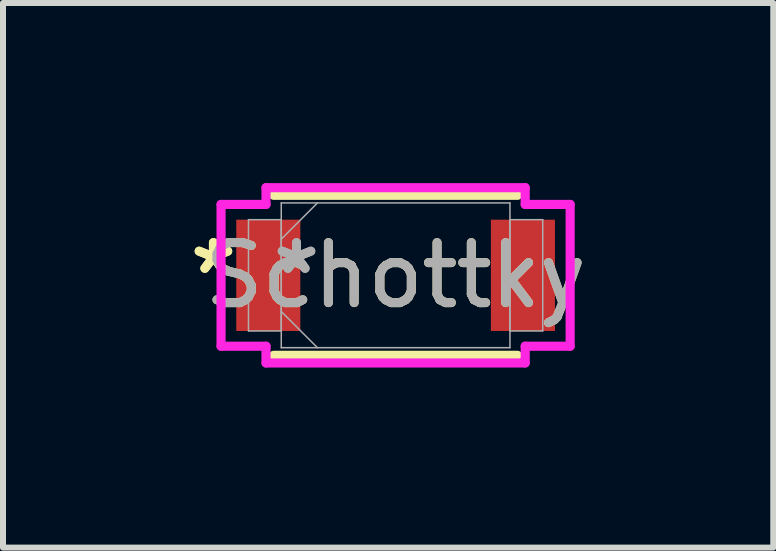
<source format=kicad_pcb>
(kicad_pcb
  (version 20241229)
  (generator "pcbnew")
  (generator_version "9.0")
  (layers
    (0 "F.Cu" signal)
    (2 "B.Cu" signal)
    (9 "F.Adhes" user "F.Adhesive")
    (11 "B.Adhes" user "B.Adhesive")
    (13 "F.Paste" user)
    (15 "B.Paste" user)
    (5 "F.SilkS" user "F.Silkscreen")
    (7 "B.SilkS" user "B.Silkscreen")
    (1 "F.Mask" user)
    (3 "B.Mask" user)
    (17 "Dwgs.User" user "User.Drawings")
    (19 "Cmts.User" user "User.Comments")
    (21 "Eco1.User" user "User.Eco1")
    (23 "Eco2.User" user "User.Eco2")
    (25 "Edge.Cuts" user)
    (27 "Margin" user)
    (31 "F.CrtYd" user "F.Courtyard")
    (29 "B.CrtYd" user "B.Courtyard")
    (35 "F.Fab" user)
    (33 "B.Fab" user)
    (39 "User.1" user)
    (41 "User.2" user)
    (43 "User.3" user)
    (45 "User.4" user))
  (footprint "Schottky"
    (layer "F.Cu")
    (at 3.541 1.537)
    (property "Reference" "Schottky" (at 0 0 0) (unlocked yes) (layer "F.SilkS") (effects (font (size 1 1) (thickness 0.15))))
    (attr smd)
    (fp_line (start -2.032 1.333) (end 2.032 1.333) (stroke (width 0.152) (type solid)) (layer "F.SilkS"))
    (fp_line (start 2.032 -1.333) (end -2.032 -1.333) (stroke (width 0.152) (type solid)) (layer "F.SilkS"))
    (fp_line (start -2.908 -1.181) (end -2.159 -1.181) (stroke (width 0.152) (type solid)) (layer "F.CrtYd"))
    (fp_line (start -2.908 1.181) (end -2.908 -1.181) (stroke (width 0.152) (type solid)) (layer "F.CrtYd"))
    (fp_line (start -2.159 -1.46) (end 2.159 -1.46) (stroke (width 0.152) (type solid)) (layer "F.CrtYd"))
    (fp_line (start -2.159 -1.181) (end -2.159 -1.46) (stroke (width 0.152) (type solid)) (layer "F.CrtYd"))
    (fp_line (start -2.159 1.181) (end -2.908 1.181) (stroke (width 0.152) (type solid)) (layer "F.CrtYd"))
    (fp_line (start -2.159 1.46) (end -2.159 1.181) (stroke (width 0.152) (type solid)) (layer "F.CrtYd"))
    (fp_line (start 2.159 -1.46) (end 2.159 -1.181) (stroke (width 0.152) (type solid)) (layer "F.CrtYd"))
    (fp_line (start 2.159 -1.181) (end 2.908 -1.181) (stroke (width 0.152) (type solid)) (layer "F.CrtYd"))
    (fp_line (start 2.159 1.181) (end 2.159 1.46) (stroke (width 0.152) (type solid)) (layer "F.CrtYd"))
    (fp_line (start 2.159 1.46) (end -2.159 1.46) (stroke (width 0.152) (type solid)) (layer "F.CrtYd"))
    (fp_line (start 2.908 -1.181) (end 2.908 1.181) (stroke (width 0.152) (type solid)) (layer "F.CrtYd"))
    (fp_line (start 2.908 1.181) (end 2.159 1.181) (stroke (width 0.152) (type solid)) (layer "F.CrtYd"))
    (fp_line (start -2.451 -0.927) (end -2.451 0.927) (stroke (width 0.025) (type solid)) (layer "F.Fab"))
    (fp_line (start -2.451 0.927) (end -1.905 0.927) (stroke (width 0.025) (type solid)) (layer "F.Fab"))
    (fp_line (start -1.905 -1.206) (end -1.905 1.206) (stroke (width 0.025) (type solid)) (layer "F.Fab"))
    (fp_line (start -1.905 -0.927) (end -2.451 -0.927) (stroke (width 0.025) (type solid)) (layer "F.Fab"))
    (fp_line (start -1.905 -0.603) (end -1.302 -1.206) (stroke (width 0.025) (type solid)) (layer "F.Fab"))
    (fp_line (start -1.905 0.603) (end -1.302 1.206) (stroke (width 0.025) (type solid)) (layer "F.Fab"))
    (fp_line (start -1.905 0.927) (end -1.905 -0.927) (stroke (width 0.025) (type solid)) (layer "F.Fab"))
    (fp_line (start -1.905 1.206) (end 1.905 1.206) (stroke (width 0.025) (type solid)) (layer "F.Fab"))
    (fp_line (start 1.905 -1.206) (end -1.905 -1.206) (stroke (width 0.025) (type solid)) (layer "F.Fab"))
    (fp_line (start 1.905 -0.927) (end 1.905 0.927) (stroke (width 0.025) (type solid)) (layer "F.Fab"))
    (fp_line (start 1.905 0.927) (end 2.451 0.927) (stroke (width 0.025) (type solid)) (layer "F.Fab"))
    (fp_line (start 1.905 1.206) (end 1.905 -1.206) (stroke (width 0.025) (type solid)) (layer "F.Fab"))
    (fp_line (start 2.451 -0.927) (end 1.905 -0.927) (stroke (width 0.025) (type solid)) (layer "F.Fab"))
    (fp_line (start 2.451 0.927) (end 2.451 -0.927) (stroke (width 0.025) (type solid)) (layer "F.Fab"))
    (fp_text user "*" (at -3.035 0 0) (layer "F.SilkS") (effects (font (size 1 1) (thickness 0.15))))
    (fp_text user "*" (at -3.035 0 0) (unlocked yes) (layer "F.SilkS") (effects (font (size 1 1) (thickness 0.15))))
    (fp_text user "*" (at -1.651 0 0) (layer "F.Fab") (effects (font (size 1 1) (thickness 0.15))))
    (fp_text user "${REFERENCE}" (at 0 0 0) (unlocked yes) (layer "F.Fab") (effects (font (size 1 1) (thickness 0.15))))
    (fp_text user "*" (at -1.651 0 0) (unlocked yes) (layer "F.Fab") (effects (font (size 1 1) (thickness 0.15))))
    (pad "1" smd rect (at -2.121 0) (size 1.067 1.854) (layers "F.Cu" "F.Mask" "F.Paste"))
    (pad "2" smd rect (at 2.121 0) (size 1.067 1.854) (layers "F.Cu" "F.Mask" "F.Paste"))
    (zone (net_name "") (layer "F.Cu") (hatch full 0.508) (connect_pads) (min_thickness 0.254) (filled_areas_thickness no) (keepout (tracks not_allowed) (vias not_allowed) (pads allowed) (copperpour not_allowed) (footprints allowed)) (placement (enabled no)) (fill) (polygon (pts (xy 2.005 0.381) (xy 5.078 0.381) (xy 5.078 2.692) (xy 2.005 2.692)))))
  (gr_rect
    (start -3 -3)
    (end 9.833 6.073)
    (stroke (width 0.1) (type default))
    (fill no)
    (layer "Edge.Cuts")))
</source>
